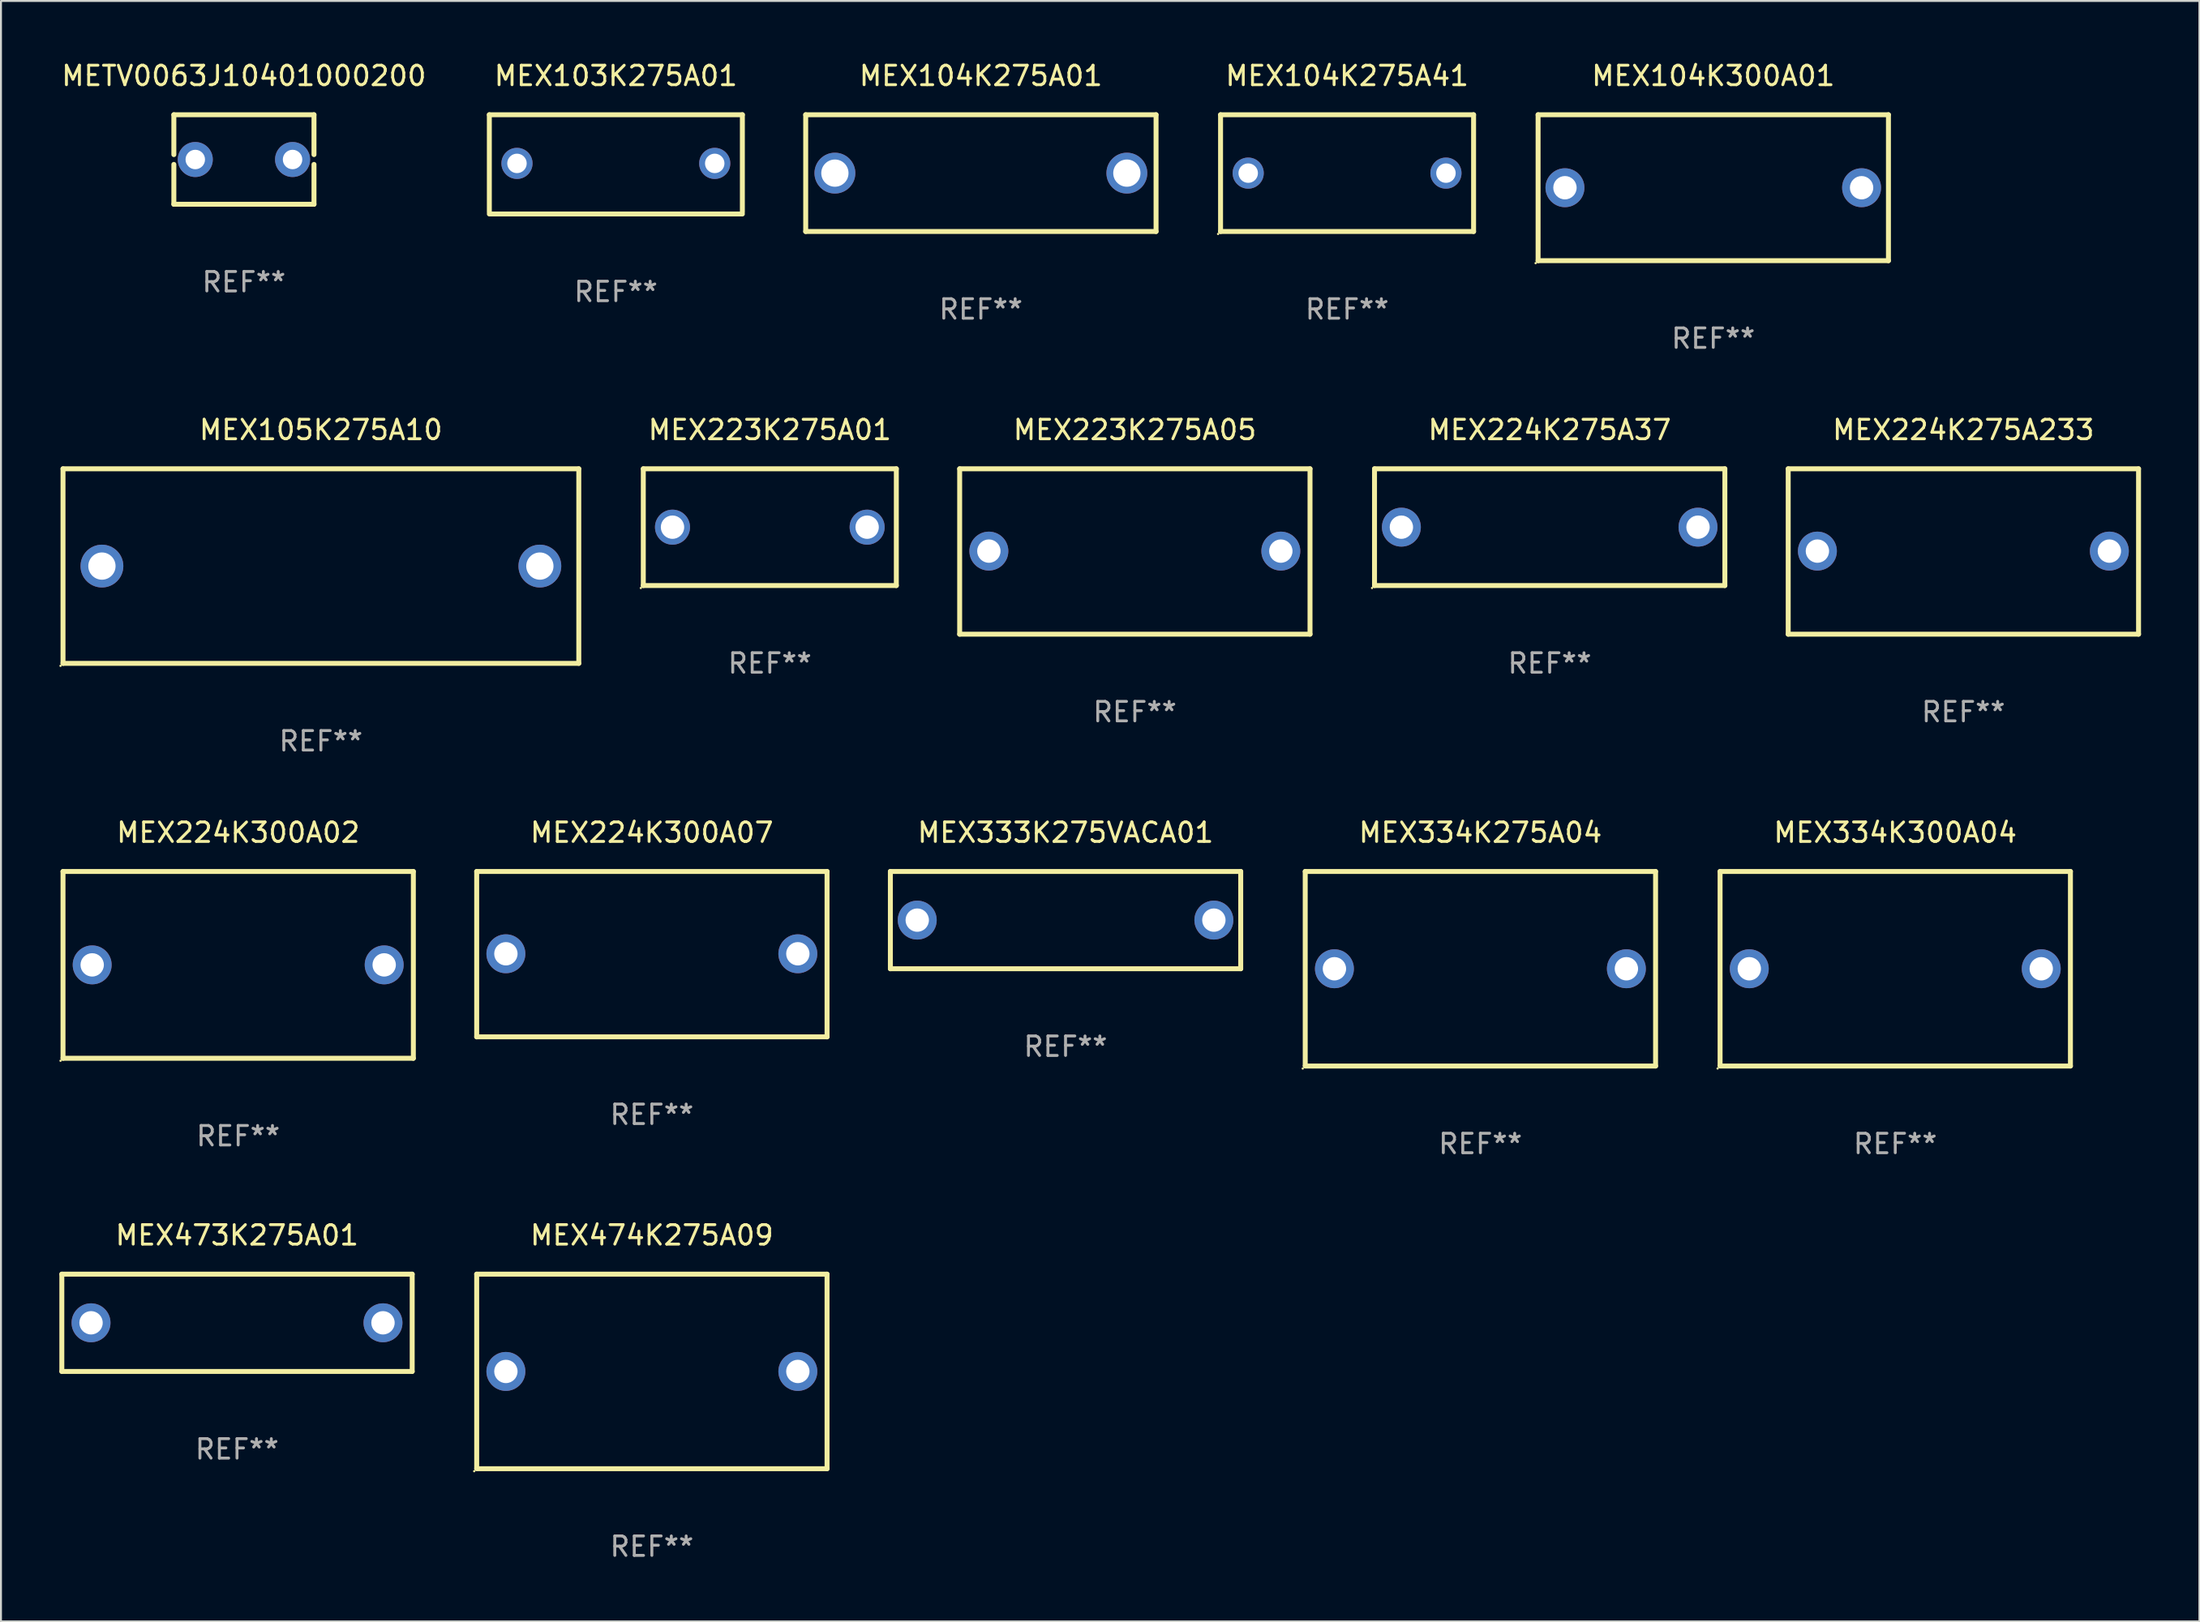
<source format=kicad_pcb>
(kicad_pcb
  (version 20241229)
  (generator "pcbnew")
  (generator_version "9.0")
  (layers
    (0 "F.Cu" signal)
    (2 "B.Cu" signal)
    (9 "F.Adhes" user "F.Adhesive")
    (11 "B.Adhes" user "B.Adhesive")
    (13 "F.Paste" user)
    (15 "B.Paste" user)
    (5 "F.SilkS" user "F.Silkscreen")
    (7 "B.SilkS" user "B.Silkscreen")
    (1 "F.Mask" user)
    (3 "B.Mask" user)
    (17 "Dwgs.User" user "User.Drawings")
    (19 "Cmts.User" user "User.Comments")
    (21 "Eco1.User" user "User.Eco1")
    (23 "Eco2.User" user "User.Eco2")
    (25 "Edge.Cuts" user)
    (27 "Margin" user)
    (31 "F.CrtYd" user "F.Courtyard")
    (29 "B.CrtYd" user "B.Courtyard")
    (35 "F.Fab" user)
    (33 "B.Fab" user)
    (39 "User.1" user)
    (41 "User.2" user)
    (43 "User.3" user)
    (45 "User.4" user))
  (footprint "MEX104K275A01"
    (layer "F.Cu")
    (at 47.345 5.848)
    (property "Reference" "MEX104K275A01" (at 0 -5 0) (layer "F.SilkS") (effects (font (size 1 1) (thickness 0.15))))
    (attr through_hole)
    (fp_line (start -9 -3) (end 9 -3) (stroke (width 0.254) (type solid)) (layer "F.SilkS"))
    (fp_line (start -9 3) (end -9 -3) (stroke (width 0.254) (type solid)) (layer "F.SilkS"))
    (fp_line (start 9 -3) (end 9 3) (stroke (width 0.254) (type solid)) (layer "F.SilkS"))
    (fp_line (start 9 3) (end -9 3) (stroke (width 0.254) (type solid)) (layer "F.SilkS"))
    (fp_circle (center -9 3) (end -8.97 3) (stroke (width 0.06) (type solid)) (fill no) (layer "F.SilkS"))
    (fp_text user "REF**" (at 0 7 0) (layer "F.Fab") (effects (font (size 1 1) (thickness 0.15))))
    (pad "1" thru_hole circle (at -7.5 0) (size 2.1 2.1) (drill 1.4) (layers "*.Cu" "*.Mask"))
    (pad "2" thru_hole circle (at 7.5 0) (size 2.1 2.1) (drill 1.4) (layers "*.Cu" "*.Mask")))
  (footprint "MEX474K275A09"
    (layer "F.Cu")
    (at 30.441 67.438)
    (property "Reference" "MEX474K275A09" (at 0 -7 0) (layer "F.SilkS") (effects (font (size 1 1) (thickness 0.15))))
    (attr through_hole)
    (fp_line (start -9 -5) (end -9 4.98) (stroke (width 0.254) (type solid)) (layer "F.SilkS"))
    (fp_line (start -9 -5) (end 9 -5) (stroke (width 0.254) (type solid)) (layer "F.SilkS"))
    (fp_line (start -9 5) (end 9 5) (stroke (width 0.254) (type solid)) (layer "F.SilkS"))
    (fp_line (start 9 -5) (end 9 5) (stroke (width 0.254) (type solid)) (layer "F.SilkS"))
    (fp_circle (center -9.127 5.127) (end -9.097 5.127) (stroke (width 0.06) (type solid)) (fill no) (layer "F.SilkS"))
    (fp_text user "REF**" (at 0 9 0) (layer "F.Fab") (effects (font (size 1 1) (thickness 0.15))))
    (pad "1" thru_hole circle (at -7.5 0) (size 2 2) (drill 1.2) (layers "*.Cu" "*.Mask"))
    (pad "2" thru_hole circle (at 7.5 0) (size 2 2) (drill 1.2) (layers "*.Cu" "*.Mask")))
  (footprint "MEX105K275A10"
    (layer "F.Cu")
    (at 13.437 26.045)
    (property "Reference" "MEX105K275A10" (at 0 -7 0) (layer "F.SilkS") (effects (font (size 1 1) (thickness 0.15))))
    (attr through_hole)
    (fp_line (start -13.25 -5) (end 13.25 -5) (stroke (width 0.254) (type solid)) (layer "F.SilkS"))
    (fp_line (start -13.25 5) (end -13.25 -5) (stroke (width 0.254) (type solid)) (layer "F.SilkS"))
    (fp_line (start 13.25 -5) (end 13.25 5) (stroke (width 0.254) (type solid)) (layer "F.SilkS"))
    (fp_line (start 13.25 5) (end -13.25 5) (stroke (width 0.254) (type solid)) (layer "F.SilkS"))
    (fp_circle (center -13.377 5.127) (end -13.347 5.127) (stroke (width 0.06) (type solid)) (fill no) (layer "F.SilkS"))
    (fp_text user "REF**" (at 0 9 0) (layer "F.Fab") (effects (font (size 1 1) (thickness 0.15))))
    (pad "1" thru_hole circle (at -11.25 0) (size 2.2 2.2) (drill 1.4) (layers "*.Cu" "*.Mask"))
    (pad "2" thru_hole circle (at 11.25 0) (size 2.2 2.2) (drill 1.4) (layers "*.Cu" "*.Mask")))
  (footprint "MEX104K275A41"
    (layer "F.Cu")
    (at 66.159 5.848)
    (property "Reference" "MEX104K275A41" (at 0 -5 0) (layer "F.SilkS") (effects (font (size 1 1) (thickness 0.15))))
    (attr through_hole)
    (fp_line (start -6.5 -3) (end 6.5 -3) (stroke (width 0.254) (type solid)) (layer "F.SilkS"))
    (fp_line (start -6.5 3) (end -6.5 -3) (stroke (width 0.254) (type solid)) (layer "F.SilkS"))
    (fp_line (start 6.5 -3) (end 6.5 3) (stroke (width 0.254) (type solid)) (layer "F.SilkS"))
    (fp_line (start 6.5 3) (end -6.5 3) (stroke (width 0.254) (type solid)) (layer "F.SilkS"))
    (fp_circle (center -6.627 3.127) (end -6.597 3.127) (stroke (width 0.06) (type solid)) (fill no) (layer "F.SilkS"))
    (fp_text user "REF**" (at 0 7 0) (layer "F.Fab") (effects (font (size 1 1) (thickness 0.15))))
    (pad "1" thru_hole circle (at -5.08 0) (size 1.6 1.6) (drill 1) (layers "*.Cu" "*.Mask"))
    (pad "2" thru_hole circle (at 5.08 0) (size 1.6 1.6) (drill 1) (layers "*.Cu" "*.Mask")))
  (footprint "MEX473K275A01"
    (layer "F.Cu")
    (at 9.127 64.938)
    (property "Reference" "MEX473K275A01" (at 0 -4.5 0) (layer "F.SilkS") (effects (font (size 1 1) (thickness 0.15))))
    (attr through_hole)
    (fp_line (start -9 -2.5) (end 9 -2.5) (stroke (width 0.254) (type solid)) (layer "F.SilkS"))
    (fp_line (start -9 2.5) (end -9 -2.5) (stroke (width 0.254) (type solid)) (layer "F.SilkS"))
    (fp_line (start 9 -2.5) (end 9 2.5) (stroke (width 0.254) (type solid)) (layer "F.SilkS"))
    (fp_line (start 9 2.5) (end -9 2.5) (stroke (width 0.254) (type solid)) (layer "F.SilkS"))
    (fp_circle (center -9 2.5) (end -8.97 2.5) (stroke (width 0.06) (type solid)) (fill no) (layer "F.SilkS"))
    (fp_text user "REF**" (at 0 6.5 0) (layer "F.Fab") (effects (font (size 1 1) (thickness 0.15))))
    (pad "1" thru_hole circle (at -7.5 -0.000127) (size 2 2) (drill 1.2) (layers "*.Cu" "*.Mask"))
    (pad "2" thru_hole circle (at 7.5 -0.000127) (size 2 2) (drill 1.2) (layers "*.Cu" "*.Mask")))
  (footprint "MEX334K300A04"
    (layer "F.Cu")
    (at 94.323 46.741)
    (property "Reference" "MEX334K300A04" (at 0 -7 0) (layer "F.SilkS") (effects (font (size 1 1) (thickness 0.15))))
    (attr through_hole)
    (fp_line (start -9 -5) (end -9 4.98) (stroke (width 0.254) (type solid)) (layer "F.SilkS"))
    (fp_line (start -9 -5) (end 9 -5) (stroke (width 0.254) (type solid)) (layer "F.SilkS"))
    (fp_line (start -9 5) (end 9 5) (stroke (width 0.254) (type solid)) (layer "F.SilkS"))
    (fp_line (start 9 -5) (end 9 5) (stroke (width 0.254) (type solid)) (layer "F.SilkS"))
    (fp_circle (center -9.127 5.127) (end -9.097 5.127) (stroke (width 0.06) (type solid)) (fill no) (layer "F.SilkS"))
    (fp_text user "REF**" (at 0 9 0) (layer "F.Fab") (effects (font (size 1 1) (thickness 0.15))))
    (pad "1" thru_hole circle (at -7.5 0) (size 2 2) (drill 1.2) (layers "*.Cu" "*.Mask"))
    (pad "2" thru_hole circle (at 7.5 0) (size 2 2) (drill 1.2) (layers "*.Cu" "*.Mask")))
  (footprint "MEX224K300A02"
    (layer "F.Cu")
    (at 9.187 46.542)
    (property "Reference" "MEX224K300A02" (at 0 -6.8 0) (layer "F.SilkS") (effects (font (size 1 1) (thickness 0.15))))
    (attr through_hole)
    (fp_line (start -9 -4.8) (end 9 -4.8) (stroke (width 0.254) (type solid)) (layer "F.SilkS"))
    (fp_line (start -9 4.8) (end -9 -4.8) (stroke (width 0.254) (type solid)) (layer "F.SilkS"))
    (fp_line (start 9 -4.8) (end 9 4.8) (stroke (width 0.254) (type solid)) (layer "F.SilkS"))
    (fp_line (start 9 4.8) (end -9 4.8) (stroke (width 0.254) (type solid)) (layer "F.SilkS"))
    (fp_circle (center -9.127 4.927) (end -9.097 4.927) (stroke (width 0.06) (type solid)) (fill no) (layer "F.SilkS"))
    (fp_text user "REF**" (at 0 8.8 0) (layer "F.Fab") (effects (font (size 1 1) (thickness 0.15))))
    (pad "1" thru_hole circle (at -7.501 0) (size 2 2) (drill 1.2) (layers "*.Cu" "*.Mask"))
    (pad "2" thru_hole circle (at 7.501 0) (size 2 2) (drill 1.2) (layers "*.Cu" "*.Mask")))
  (footprint "MEX333K275VACA01"
    (layer "F.Cu")
    (at 51.695 44.241)
    (property "Reference" "MEX333K275VACA01" (at 0 -4.5 0) (layer "F.SilkS") (effects (font (size 1 1) (thickness 0.15))))
    (attr through_hole)
    (fp_line (start -9 -2.5) (end 9 -2.5) (stroke (width 0.254) (type solid)) (layer "F.SilkS"))
    (fp_line (start -9 2.5) (end -9 -2.5) (stroke (width 0.254) (type solid)) (layer "F.SilkS"))
    (fp_line (start 9 -2.5) (end 9 2.5) (stroke (width 0.254) (type solid)) (layer "F.SilkS"))
    (fp_line (start 9 2.5) (end -9 2.5) (stroke (width 0.254) (type solid)) (layer "F.SilkS"))
    (fp_circle (center -9 2.5) (end -8.97 2.5) (stroke (width 0.06) (type solid)) (fill no) (layer "F.SilkS"))
    (fp_text user "REF**" (at 0 6.5 0) (layer "F.Fab") (effects (font (size 1 1) (thickness 0.15))))
    (pad "1" thru_hole circle (at -7.62 -0.000127) (size 2 2) (drill 1.2) (layers "*.Cu" "*.Mask"))
    (pad "2" thru_hole circle (at 7.62 -0.000127) (size 2 2) (drill 1.2) (layers "*.Cu" "*.Mask")))
  (footprint "MEX224K275A37"
    (layer "F.Cu")
    (at 76.569 24.045)
    (property "Reference" "MEX224K275A37" (at 0 -5 0) (layer "F.SilkS") (effects (font (size 1 1) (thickness 0.15))))
    (attr through_hole)
    (fp_line (start -9 -3) (end 9 -3) (stroke (width 0.254) (type solid)) (layer "F.SilkS"))
    (fp_line (start -9 3) (end -9 -3) (stroke (width 0.254) (type solid)) (layer "F.SilkS"))
    (fp_line (start 9 -3) (end 9 3) (stroke (width 0.254) (type solid)) (layer "F.SilkS"))
    (fp_line (start 9 3) (end -9 3) (stroke (width 0.254) (type solid)) (layer "F.SilkS"))
    (fp_circle (center -9.127 3.127) (end -9.097 3.127) (stroke (width 0.06) (type solid)) (fill no) (layer "F.SilkS"))
    (fp_text user "REF**" (at 0 7 0) (layer "F.Fab") (effects (font (size 1 1) (thickness 0.15))))
    (pad "1" thru_hole circle (at -7.62 0) (size 2 2) (drill 1.2) (layers "*.Cu" "*.Mask"))
    (pad "2" thru_hole circle (at 7.62 0) (size 2 2) (drill 1.2) (layers "*.Cu" "*.Mask")))
  (footprint "MEX224K275A233"
    (layer "F.Cu")
    (at 97.823 25.295)
    (property "Reference" "MEX224K275A233" (at 0 -6.25 0) (layer "F.SilkS") (effects (font (size 1 1) (thickness 0.15))))
    (attr through_hole)
    (fp_line (start -9 -4.25) (end -9 4.25) (stroke (width 0.254) (type solid)) (layer "F.SilkS"))
    (fp_line (start -9 -4.25) (end 9 -4.25) (stroke (width 0.254) (type solid)) (layer "F.SilkS"))
    (fp_line (start -9 4.25) (end 9 4.25) (stroke (width 0.254) (type solid)) (layer "F.SilkS"))
    (fp_line (start 9 -4.25) (end 9 4.25) (stroke (width 0.254) (type solid)) (layer "F.SilkS"))
    (fp_circle (center -9 4.23) (end -8.97 4.23) (stroke (width 0.06) (type solid)) (fill no) (layer "F.SilkS"))
    (fp_text user "REF**" (at 0 8.25 0) (layer "F.Fab") (effects (font (size 1 1) (thickness 0.15))))
    (pad "1" thru_hole circle (at -7.5 -0.02) (size 2 2) (drill 1.2) (layers "*.Cu" "*.Mask"))
    (pad "2" thru_hole circle (at 7.5 -0.02) (size 2 2) (drill 1.2) (layers "*.Cu" "*.Mask")))
  (footprint "MEX103K275A01"
    (layer "F.Cu")
    (at 28.591 5.398)
    (property "Reference" "MEX103K275A01" (at 0 -4.55 0) (layer "F.SilkS") (effects (font (size 1 1) (thickness 0.15))))
    (attr through_hole)
    (fp_line (start -6.5 -2.55) (end 6.5 -2.55) (stroke (width 0.254) (type solid)) (layer "F.SilkS"))
    (fp_line (start -6.5 2.45) (end -6.5 -2.55) (stroke (width 0.254) (type solid)) (layer "F.SilkS"))
    (fp_line (start 6.5 -2.55) (end 6.5 2.45) (stroke (width 0.254) (type solid)) (layer "F.SilkS"))
    (fp_line (start 6.5 2.55) (end -6.5 2.55) (stroke (width 0.254) (type solid)) (layer "F.SilkS"))
    (fp_circle (center -6.5 2.45) (end -6.47 2.45) (stroke (width 0.06) (type solid)) (fill no) (layer "F.SilkS"))
    (fp_text user "REF**" (at 0 6.55 0) (layer "F.Fab") (effects (font (size 1 1) (thickness 0.15))))
    (pad "1" thru_hole circle (at -5.08 -0.05) (size 1.6 1.6) (drill 1) (layers "*.Cu" "*.Mask"))
    (pad "2" thru_hole circle (at 5.08 -0.05) (size 1.6 1.6) (drill 1) (layers "*.Cu" "*.Mask")))
  (footprint "MEX224K300A07"
    (layer "F.Cu")
    (at 30.441 45.991)
    (property "Reference" "MEX224K300A07" (at 0 -6.25 0) (layer "F.SilkS") (effects (font (size 1 1) (thickness 0.15))))
    (attr through_hole)
    (fp_line (start -9 -4.25) (end -9 4.25) (stroke (width 0.254) (type solid)) (layer "F.SilkS"))
    (fp_line (start -9 -4.25) (end 9 -4.25) (stroke (width 0.254) (type solid)) (layer "F.SilkS"))
    (fp_line (start -9 4.25) (end 9 4.25) (stroke (width 0.254) (type solid)) (layer "F.SilkS"))
    (fp_line (start 9 -4.25) (end 9 4.25) (stroke (width 0.254) (type solid)) (layer "F.SilkS"))
    (fp_circle (center -9 4.23) (end -8.97 4.23) (stroke (width 0.06) (type solid)) (fill no) (layer "F.SilkS"))
    (fp_text user "REF**" (at 0 8.25 0) (layer "F.Fab") (effects (font (size 1 1) (thickness 0.15))))
    (pad "1" thru_hole circle (at -7.5 -0.02) (size 2 2) (drill 1.2) (layers "*.Cu" "*.Mask"))
    (pad "2" thru_hole circle (at 7.5 -0.02) (size 2 2) (drill 1.2) (layers "*.Cu" "*.Mask")))
  (footprint "METV0063J10401000200"
    (layer "F.Cu")
    (at 9.482 5.148)
    (property "Reference" "METV0063J10401000200" (at 0 -4.3 0) (layer "F.SilkS") (effects (font (size 1 1) (thickness 0.15))))
    (attr through_hole)
    (fp_line (start -3.6 -2.3) (end -3.6 -0.252) (stroke (width 0.254) (type solid)) (layer "F.SilkS"))
    (fp_line (start -3.6 -2.3) (end 3.6 -2.3) (stroke (width 0.254) (type solid)) (layer "F.SilkS"))
    (fp_line (start -3.6 0.252) (end -3.6 2.3) (stroke (width 0.254) (type solid)) (layer "F.SilkS"))
    (fp_line (start -3.6 2.3) (end 3.6 2.3) (stroke (width 0.254) (type solid)) (layer "F.SilkS"))
    (fp_line (start 3.6 -0.252) (end 3.6 -2.3) (stroke (width 0.254) (type solid)) (layer "F.SilkS"))
    (fp_line (start 3.6 2.3) (end 3.6 0.252) (stroke (width 0.254) (type solid)) (layer "F.SilkS"))
    (fp_circle (center -3.6 2.25) (end -3.57 2.25) (stroke (width 0.06) (type solid)) (fill no) (layer "F.SilkS"))
    (fp_text user "REF**" (at 0 6.3 0) (layer "F.Fab") (effects (font (size 1 1) (thickness 0.15))))
    (pad "1" thru_hole circle (at -2.499 0) (size 1.8 1.8) (drill 1) (layers "*.Cu" "*.Mask"))
    (pad "2" thru_hole circle (at 2.499 0) (size 1.8 1.8) (drill 1) (layers "*.Cu" "*.Mask")))
  (footprint "MEX223K275A05"
    (layer "F.Cu")
    (at 55.255 25.295)
    (property "Reference" "MEX223K275A05" (at 0 -6.25 0) (layer "F.SilkS") (effects (font (size 1 1) (thickness 0.15))))
    (attr through_hole)
    (fp_line (start -9 -4.25) (end -9 4.25) (stroke (width 0.254) (type solid)) (layer "F.SilkS"))
    (fp_line (start -9 -4.25) (end 9 -4.25) (stroke (width 0.254) (type solid)) (layer "F.SilkS"))
    (fp_line (start -9 4.25) (end 9 4.25) (stroke (width 0.254) (type solid)) (layer "F.SilkS"))
    (fp_line (start 9 -4.25) (end 9 4.25) (stroke (width 0.254) (type solid)) (layer "F.SilkS"))
    (fp_circle (center -9 4.23) (end -8.97 4.23) (stroke (width 0.06) (type solid)) (fill no) (layer "F.SilkS"))
    (fp_text user "REF**" (at 0 8.25 0) (layer "F.Fab") (effects (font (size 1 1) (thickness 0.15))))
    (pad "1" thru_hole circle (at -7.5 -0.02) (size 2 2) (drill 1.2) (layers "*.Cu" "*.Mask"))
    (pad "2" thru_hole circle (at 7.5 -0.02) (size 2 2) (drill 1.2) (layers "*.Cu" "*.Mask")))
  (footprint "MEX104K300A01"
    (layer "F.Cu")
    (at 84.973 6.598)
    (property "Reference" "MEX104K300A01" (at 0 -5.75 0) (layer "F.SilkS") (effects (font (size 1 1) (thickness 0.15))))
    (attr through_hole)
    (fp_line (start -9 -3.75) (end 9 -3.75) (stroke (width 0.254) (type solid)) (layer "F.SilkS"))
    (fp_line (start -9 3.75) (end -9 -3.75) (stroke (width 0.254) (type solid)) (layer "F.SilkS"))
    (fp_line (start 9 -3.75) (end 9 3.75) (stroke (width 0.254) (type solid)) (layer "F.SilkS"))
    (fp_line (start 9 3.75) (end -9 3.75) (stroke (width 0.254) (type solid)) (layer "F.SilkS"))
    (fp_circle (center -9.127 3.877) (end -9.097 3.877) (stroke (width 0.06) (type solid)) (fill no) (layer "F.SilkS"))
    (fp_text user "REF**" (at 0 7.75 0) (layer "F.Fab") (effects (font (size 1 1) (thickness 0.15))))
    (pad "1" thru_hole circle (at -7.62 0) (size 2 2) (drill 1.2) (layers "*.Cu" "*.Mask"))
    (pad "2" thru_hole circle (at 7.62 0) (size 2 2) (drill 1.2) (layers "*.Cu" "*.Mask")))
  (footprint "MEX223K275A01"
    (layer "F.Cu")
    (at 36.501 24.045)
    (property "Reference" "MEX223K275A01" (at 0 -5 0) (layer "F.SilkS") (effects (font (size 1 1) (thickness 0.15))))
    (attr through_hole)
    (fp_line (start -6.5 -3) (end 6.5 -3) (stroke (width 0.254) (type solid)) (layer "F.SilkS"))
    (fp_line (start -6.5 3) (end -6.5 -3) (stroke (width 0.254) (type solid)) (layer "F.SilkS"))
    (fp_line (start -6.5 3) (end 6.5 3) (stroke (width 0.254) (type solid)) (layer "F.SilkS"))
    (fp_line (start 6.5 -3) (end 6.5 3) (stroke (width 0.254) (type solid)) (layer "F.SilkS"))
    (fp_circle (center -6.627 3.127) (end -6.597 3.127) (stroke (width 0.06) (type solid)) (fill no) (layer "F.SilkS"))
    (fp_text user "REF**" (at 0 7 0) (layer "F.Fab") (effects (font (size 1 1) (thickness 0.15))))
    (pad "1" thru_hole circle (at -5 0) (size 1.8 1.8) (drill 1.2) (layers "*.Cu" "*.Mask"))
    (pad "2" thru_hole circle (at 5 0) (size 1.8 1.8) (drill 1.2) (layers "*.Cu" "*.Mask")))
  (footprint "MEX334K275A04"
    (layer "F.Cu")
    (at 73.009 46.741)
    (property "Reference" "MEX334K275A04" (at 0 -7 0) (layer "F.SilkS") (effects (font (size 1 1) (thickness 0.15))))
    (attr through_hole)
    (fp_line (start -9 -5) (end -9 4.98) (stroke (width 0.254) (type solid)) (layer "F.SilkS"))
    (fp_line (start -9 -5) (end 9 -5) (stroke (width 0.254) (type solid)) (layer "F.SilkS"))
    (fp_line (start -9 5) (end 9 5) (stroke (width 0.254) (type solid)) (layer "F.SilkS"))
    (fp_line (start 9 -5) (end 9 5) (stroke (width 0.254) (type solid)) (layer "F.SilkS"))
    (fp_circle (center -9.127 5.127) (end -9.097 5.127) (stroke (width 0.06) (type solid)) (fill no) (layer "F.SilkS"))
    (fp_text user "REF**" (at 0 9 0) (layer "F.Fab") (effects (font (size 1 1) (thickness 0.15))))
    (pad "1" thru_hole circle (at -7.5 0) (size 2 2) (drill 1.2) (layers "*.Cu" "*.Mask"))
    (pad "2" thru_hole circle (at 7.5 0) (size 2 2) (drill 1.2) (layers "*.Cu" "*.Mask")))
  (gr_rect
    (start -3 -3)
    (end 109.95 80.286)
    (stroke (width 0.1) (type default))
    (fill no)
    (layer "Edge.Cuts")))
</source>
